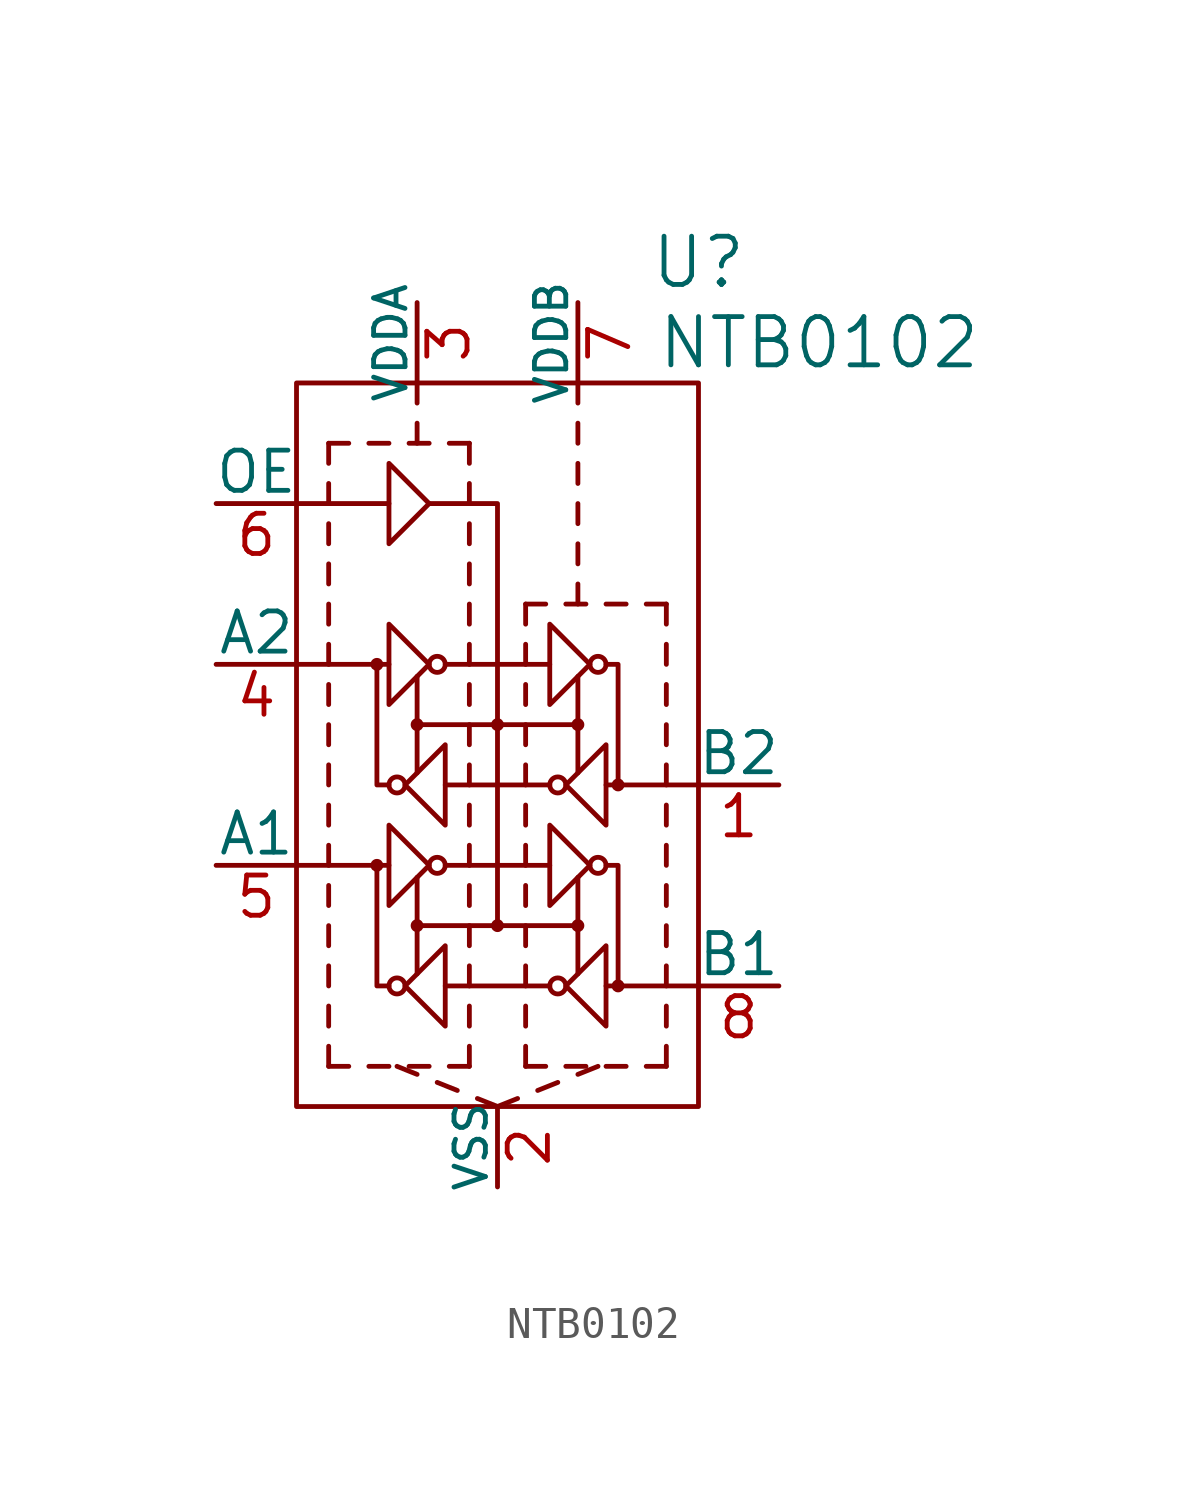
<source format=kicad_sym>
(kicad_symbol_lib
  (version 20220914)
  (generator kicad_symbol_editor)
  (symbol "NTB0102"
    (pin_names
      (offset 0))
    (property "Reference" "U"
      (at 6.35 15.24 0)
      (effects (font (size 1.524 1.524))))
    (property "Value" "NTB0102"
      (at 10.16 12.7 0)
      (effects (font (size 1.524 1.524))))
    (property "Footprint" ""
      (at -2.159 2.54 0)
      (effects (font (size 1.524 1.524))))
    (property "Datasheet" ""
      (at 0 0 0)
      (effects (font (size 1.524 1.524))))
    (symbol "NTB0102_0_1"
      (rectangle (start -6.35 11.43) (end 6.35 -11.43) (stroke (width 0) (type solid)) (fill (type none)))
      (circle (center -3.81 -3.81) (radius 0.127) (stroke (width 0) (type solid)) (fill (type none)))
      (circle (center -3.81 2.54) (radius 0.127) (stroke (width 0) (type solid)) (fill (type none)))
      (circle (center -3.175 -7.62) (radius 0.254) (stroke (width 0) (type solid)) (fill (type none)))
      (circle (center -3.175 -1.27) (radius 0.254) (stroke (width 0) (type solid)) (fill (type none)))
      (circle (center -2.54 -5.715) (radius 0.127) (stroke (width 0) (type solid)) (fill (type none)))
      (circle (center -2.54 0.635) (radius 0.127) (stroke (width 0) (type solid)) (fill (type none)))
      (circle (center -1.905 -3.81) (radius 0.254) (stroke (width 0) (type solid)) (fill (type none)))
      (circle (center -1.905 2.54) (radius 0.254) (stroke (width 0) (type solid)) (fill (type none)))
      (circle (center 0 -5.715) (radius 0.127) (stroke (width 0) (type solid)) (fill (type none)))
      (polyline (pts (xy -6.35 -3.81) (xy -3.429 -3.81)) (stroke (width 0) (type solid)) (fill (type none)))
      (polyline (pts (xy -6.35 7.62) (xy -3.429 7.62)) (stroke (width 0) (type solid)) (fill (type none)))
      (polyline (pts (xy -5.334 -9.525) (xy -5.334 -10.16)) (stroke (width 0) (type solid)) (fill (type none)))
      (polyline (pts (xy -5.334 -8.255) (xy -5.334 -8.89)) (stroke (width 0) (type solid)) (fill (type none)))
      (polyline (pts (xy -5.334 -6.985) (xy -5.334 -7.62)) (stroke (width 0) (type solid)) (fill (type none)))
      (polyline (pts (xy -5.334 -5.715) (xy -5.334 -6.35)) (stroke (width 0) (type solid)) (fill (type none)))
      (polyline (pts (xy -5.334 -4.445) (xy -5.334 -5.08)) (stroke (width 0) (type solid)) (fill (type none)))
      (polyline (pts (xy -5.334 -3.175) (xy -5.334 -3.81)) (stroke (width 0) (type solid)) (fill (type none)))
      (polyline (pts (xy -5.334 -1.905) (xy -5.334 -2.54)) (stroke (width 0) (type solid)) (fill (type none)))
      (polyline (pts (xy -5.334 -0.635) (xy -5.334 -1.27)) (stroke (width 0) (type solid)) (fill (type none)))
      (polyline (pts (xy -5.334 0.635) (xy -5.334 0)) (stroke (width 0) (type solid)) (fill (type none)))
      (polyline (pts (xy -5.334 1.905) (xy -5.334 1.27)) (stroke (width 0) (type solid)) (fill (type none)))
      (polyline (pts (xy -5.334 3.175) (xy -5.334 2.54)) (stroke (width 0) (type solid)) (fill (type none)))
      (polyline (pts (xy -5.334 4.445) (xy -5.334 3.81)) (stroke (width 0) (type solid)) (fill (type none)))
      (polyline (pts (xy -5.334 5.715) (xy -5.334 5.08)) (stroke (width 0) (type solid)) (fill (type none)))
      (polyline (pts (xy -5.334 6.985) (xy -5.334 6.35)) (stroke (width 0) (type solid)) (fill (type none)))
      (polyline (pts (xy -5.334 8.255) (xy -5.334 7.62)) (stroke (width 0) (type solid)) (fill (type none)))
      (polyline (pts (xy -5.334 9.525) (xy -5.334 8.89)) (stroke (width 0) (type solid)) (fill (type none)))
      (polyline (pts (xy -4.699 -10.16) (xy -5.334 -10.16)) (stroke (width 0) (type solid)) (fill (type none)))
      (polyline (pts (xy -4.699 9.525) (xy -5.334 9.525)) (stroke (width 0) (type solid)) (fill (type none)))
      (polyline (pts (xy -3.429 -10.16) (xy -4.064 -10.16)) (stroke (width 0) (type solid)) (fill (type none)))
      (polyline (pts (xy -3.429 2.54) (xy -6.35 2.54)) (stroke (width 0) (type solid)) (fill (type none)))
      (polyline (pts (xy -3.429 9.525) (xy -4.064 9.525)) (stroke (width 0) (type solid)) (fill (type none)))
      (polyline (pts (xy -2.54 -10.414) (xy -3.175 -10.16)) (stroke (width 0) (type solid)) (fill (type none)))
      (polyline (pts (xy -2.54 -7.239) (xy -2.54 -4.191)) (stroke (width 0) (type solid)) (fill (type none)))
      (polyline (pts (xy -2.54 -0.889) (xy -2.54 2.159)) (stroke (width 0) (type solid)) (fill (type none)))
      (polyline (pts (xy -2.54 10.16) (xy -2.54 9.525)) (stroke (width 0) (type solid)) (fill (type none)))
      (polyline (pts (xy -2.54 11.43) (xy -2.54 10.795)) (stroke (width 0) (type solid)) (fill (type none)))
      (polyline (pts (xy -2.159 -10.16) (xy -2.794 -10.16)) (stroke (width 0) (type solid)) (fill (type none)))
      (polyline (pts (xy -2.159 9.525) (xy -2.794 9.525)) (stroke (width 0) (type solid)) (fill (type none)))
      (polyline (pts (xy -1.651 -3.81) (xy 1.651 -3.81)) (stroke (width 0) (type solid)) (fill (type none)))
      (polyline (pts (xy -1.651 2.54) (xy 1.651 2.54)) (stroke (width 0) (type solid)) (fill (type none)))
      (polyline (pts (xy -1.27 -10.922) (xy -1.905 -10.668)) (stroke (width 0) (type solid)) (fill (type none)))
      (polyline (pts (xy -0.889 -10.16) (xy -1.524 -10.16)) (stroke (width 0) (type solid)) (fill (type none)))
      (polyline (pts (xy -0.889 -9.525) (xy -0.889 -10.16)) (stroke (width 0) (type solid)) (fill (type none)))
      (polyline (pts (xy -0.889 -8.255) (xy -0.889 -8.89)) (stroke (width 0) (type solid)) (fill (type none)))
      (polyline (pts (xy -0.889 -6.985) (xy -0.889 -7.62)) (stroke (width 0) (type solid)) (fill (type none)))
      (polyline (pts (xy -0.889 -5.715) (xy -0.889 -6.35)) (stroke (width 0) (type solid)) (fill (type none)))
      (polyline (pts (xy -0.889 -4.445) (xy -0.889 -5.08)) (stroke (width 0) (type solid)) (fill (type none)))
      (polyline (pts (xy -0.889 -3.175) (xy -0.889 -3.81)) (stroke (width 0) (type solid)) (fill (type none)))
      (polyline (pts (xy -0.889 -1.905) (xy -0.889 -2.54)) (stroke (width 0) (type solid)) (fill (type none)))
      (polyline (pts (xy -0.889 -0.635) (xy -0.889 -1.27)) (stroke (width 0) (type solid)) (fill (type none)))
      (polyline (pts (xy -0.889 0.635) (xy -0.889 0)) (stroke (width 0) (type solid)) (fill (type none)))
      (polyline (pts (xy -0.889 1.905) (xy -0.889 1.27)) (stroke (width 0) (type solid)) (fill (type none)))
      (polyline (pts (xy -0.889 3.175) (xy -0.889 2.54)) (stroke (width 0) (type solid)) (fill (type none)))
      (polyline (pts (xy -0.889 4.445) (xy -0.889 3.81)) (stroke (width 0) (type solid)) (fill (type none)))
      (polyline (pts (xy -0.889 5.715) (xy -0.889 5.08)) (stroke (width 0) (type solid)) (fill (type none)))
      (polyline (pts (xy -0.889 6.985) (xy -0.889 6.35)) (stroke (width 0) (type solid)) (fill (type none)))
      (polyline (pts (xy -0.889 8.255) (xy -0.889 7.62)) (stroke (width 0) (type solid)) (fill (type none)))
      (polyline (pts (xy -0.889 9.525) (xy -1.524 9.525)) (stroke (width 0) (type solid)) (fill (type none)))
      (polyline (pts (xy -0.889 9.525) (xy -0.889 8.89)) (stroke (width 0) (type solid)) (fill (type none)))
      (polyline (pts (xy 0 -11.43) (xy -0.635 -11.176)) (stroke (width 0) (type solid)) (fill (type none)))
      (polyline (pts (xy 0 -11.43) (xy 0.635 -11.176)) (stroke (width 0) (type solid)) (fill (type none)))
      (polyline (pts (xy 0.889 -9.525) (xy 0.889 -10.16)) (stroke (width 0) (type solid)) (fill (type none)))
      (polyline (pts (xy 0.889 -8.255) (xy 0.889 -8.89)) (stroke (width 0) (type solid)) (fill (type none)))
      (polyline (pts (xy 0.889 -6.985) (xy 0.889 -7.62)) (stroke (width 0) (type solid)) (fill (type none)))
      (polyline (pts (xy 0.889 -5.715) (xy 0.889 -6.35)) (stroke (width 0) (type solid)) (fill (type none)))
      (polyline (pts (xy 0.889 -4.445) (xy 0.889 -5.08)) (stroke (width 0) (type solid)) (fill (type none)))
      (polyline (pts (xy 0.889 -3.175) (xy 0.889 -3.81)) (stroke (width 0) (type solid)) (fill (type none)))
      (polyline (pts (xy 0.889 -1.905) (xy 0.889 -2.54)) (stroke (width 0) (type solid)) (fill (type none)))
      (polyline (pts (xy 0.889 -0.635) (xy 0.889 -1.27)) (stroke (width 0) (type solid)) (fill (type none)))
      (polyline (pts (xy 0.889 0.635) (xy 0.889 0)) (stroke (width 0) (type solid)) (fill (type none)))
      (polyline (pts (xy 0.889 1.905) (xy 0.889 1.27)) (stroke (width 0) (type solid)) (fill (type none)))
      (polyline (pts (xy 0.889 3.175) (xy 0.889 2.54)) (stroke (width 0) (type solid)) (fill (type none)))
      (polyline (pts (xy 0.889 4.445) (xy 0.889 3.81)) (stroke (width 0) (type solid)) (fill (type none)))
      (polyline (pts (xy 1.27 -10.922) (xy 1.905 -10.668)) (stroke (width 0) (type solid)) (fill (type none)))
      (polyline (pts (xy 1.524 -10.16) (xy 0.889 -10.16)) (stroke (width 0) (type solid)) (fill (type none)))
      (polyline (pts (xy 1.524 4.445) (xy 0.889 4.445)) (stroke (width 0) (type solid)) (fill (type none)))
      (polyline (pts (xy 1.651 -7.62) (xy -1.651 -7.62)) (stroke (width 0) (type solid)) (fill (type none)))
      (polyline (pts (xy 1.651 -1.27) (xy -1.651 -1.27)) (stroke (width 0) (type solid)) (fill (type none)))
      (polyline (pts (xy 2.54 -10.414) (xy 3.175 -10.16)) (stroke (width 0) (type solid)) (fill (type none)))
      (polyline (pts (xy 2.54 -7.239) (xy 2.54 -4.191)) (stroke (width 0) (type solid)) (fill (type none)))
      (polyline (pts (xy 2.54 -5.715) (xy -2.54 -5.715)) (stroke (width 0) (type solid)) (fill (type none)))
      (polyline (pts (xy 2.54 -0.889) (xy 2.54 2.159)) (stroke (width 0) (type solid)) (fill (type none)))
      (polyline (pts (xy 2.54 0.635) (xy -2.54 0.635)) (stroke (width 0) (type solid)) (fill (type none)))
      (polyline (pts (xy 2.54 5.08) (xy 2.54 4.445)) (stroke (width 0) (type solid)) (fill (type none)))
      (polyline (pts (xy 2.54 6.35) (xy 2.54 5.715)) (stroke (width 0) (type solid)) (fill (type none)))
      (polyline (pts (xy 2.54 7.62) (xy 2.54 6.985)) (stroke (width 0) (type solid)) (fill (type none)))
      (polyline (pts (xy 2.54 8.89) (xy 2.54 8.255)) (stroke (width 0) (type solid)) (fill (type none)))
      (polyline (pts (xy 2.54 10.16) (xy 2.54 9.525)) (stroke (width 0) (type solid)) (fill (type none)))
      (polyline (pts (xy 2.54 11.43) (xy 2.54 10.795)) (stroke (width 0) (type solid)) (fill (type none)))
      (polyline (pts (xy 2.794 -10.16) (xy 2.159 -10.16)) (stroke (width 0) (type solid)) (fill (type none)))
      (polyline (pts (xy 2.794 4.445) (xy 2.159 4.445)) (stroke (width 0) (type solid)) (fill (type none)))
      (polyline (pts (xy 3.429 -7.62) (xy 6.35 -7.62)) (stroke (width 0) (type solid)) (fill (type none)))
      (polyline (pts (xy 3.429 -1.27) (xy 6.35 -1.27)) (stroke (width 0) (type solid)) (fill (type none)))
      (polyline (pts (xy 4.064 -10.16) (xy 3.429 -10.16)) (stroke (width 0) (type solid)) (fill (type none)))
      (polyline (pts (xy 4.064 4.445) (xy 3.429 4.445)) (stroke (width 0) (type solid)) (fill (type none)))
      (polyline (pts (xy 5.334 -10.16) (xy 4.699 -10.16)) (stroke (width 0) (type solid)) (fill (type none)))
      (polyline (pts (xy 5.334 -9.525) (xy 5.334 -10.16)) (stroke (width 0) (type solid)) (fill (type none)))
      (polyline (pts (xy 5.334 -8.255) (xy 5.334 -8.89)) (stroke (width 0) (type solid)) (fill (type none)))
      (polyline (pts (xy 5.334 -6.985) (xy 5.334 -7.62)) (stroke (width 0) (type solid)) (fill (type none)))
      (polyline (pts (xy 5.334 -5.715) (xy 5.334 -6.35)) (stroke (width 0) (type solid)) (fill (type none)))
      (polyline (pts (xy 5.334 -4.445) (xy 5.334 -5.08)) (stroke (width 0) (type solid)) (fill (type none)))
      (polyline (pts (xy 5.334 -3.175) (xy 5.334 -3.81)) (stroke (width 0) (type solid)) (fill (type none)))
      (polyline (pts (xy 5.334 -1.905) (xy 5.334 -2.54)) (stroke (width 0) (type solid)) (fill (type none)))
      (polyline (pts (xy 5.334 -0.635) (xy 5.334 -1.27)) (stroke (width 0) (type solid)) (fill (type none)))
      (polyline (pts (xy 5.334 0.635) (xy 5.334 0)) (stroke (width 0) (type solid)) (fill (type none)))
      (polyline (pts (xy 5.334 1.905) (xy 5.334 1.27)) (stroke (width 0) (type solid)) (fill (type none)))
      (polyline (pts (xy 5.334 3.175) (xy 5.334 2.54)) (stroke (width 0) (type solid)) (fill (type none)))
      (polyline (pts (xy 5.334 4.445) (xy 4.699 4.445)) (stroke (width 0) (type solid)) (fill (type none)))
      (polyline (pts (xy 5.334 4.445) (xy 5.334 3.81)) (stroke (width 0) (type solid)) (fill (type none)))
      (polyline (pts (xy -3.429 -7.62) (xy -3.81 -7.62) (xy -3.81 -3.81)) (stroke (width 0) (type solid)) (fill (type none)))
      (polyline (pts (xy -3.429 -1.27) (xy -3.81 -1.27) (xy -3.81 2.54)) (stroke (width 0) (type solid)) (fill (type none)))
      (polyline (pts (xy 0 -5.715) (xy 0 7.62) (xy -2.159 7.62)) (stroke (width 0) (type solid)) (fill (type none)))
      (polyline (pts (xy 3.81 -7.62) (xy 3.81 -3.81) (xy 3.429 -3.81)) (stroke (width 0) (type solid)) (fill (type none)))
      (polyline (pts (xy 3.81 -1.27) (xy 3.81 2.54) (xy 3.429 2.54)) (stroke (width 0) (type solid)) (fill (type none)))
      (polyline (pts (xy -3.429 -2.54) (xy -3.429 -5.08) (xy -2.159 -3.81) (xy -3.429 -2.54)) (stroke (width 0) (type solid)) (fill (type none)))
      (polyline (pts (xy -3.429 3.81) (xy -3.429 1.27) (xy -2.159 2.54) (xy -3.429 3.81)) (stroke (width 0) (type solid)) (fill (type none)))
      (polyline (pts (xy -3.429 8.89) (xy -3.429 6.35) (xy -2.159 7.62) (xy -3.429 8.89)) (stroke (width 0) (type solid)) (fill (type none)))
      (polyline (pts (xy -1.651 -6.35) (xy -1.651 -8.89) (xy -2.921 -7.62) (xy -1.651 -6.35)) (stroke (width 0) (type solid)) (fill (type none)))
      (polyline (pts (xy -1.651 0) (xy -1.651 -2.54) (xy -2.921 -1.27) (xy -1.651 0)) (stroke (width 0) (type solid)) (fill (type none)))
      (polyline (pts (xy 1.651 -2.54) (xy 1.651 -5.08) (xy 2.921 -3.81) (xy 1.651 -2.54)) (stroke (width 0) (type solid)) (fill (type none)))
      (polyline (pts (xy 1.651 3.81) (xy 1.651 1.27) (xy 2.921 2.54) (xy 1.651 3.81)) (stroke (width 0) (type solid)) (fill (type none)))
      (polyline (pts (xy 3.429 -6.35) (xy 3.429 -8.89) (xy 2.159 -7.62) (xy 3.429 -6.35)) (stroke (width 0) (type solid)) (fill (type none)))
      (polyline (pts (xy 3.429 0) (xy 3.429 -2.54) (xy 2.159 -1.27) (xy 3.429 0)) (stroke (width 0) (type solid)) (fill (type none)))
      (circle (center 0 0.635) (radius 0.127) (stroke (width 0) (type solid)) (fill (type none)))
      (circle (center 1.905 -7.62) (radius 0.254) (stroke (width 0) (type solid)) (fill (type none)))
      (circle (center 1.905 -1.27) (radius 0.254) (stroke (width 0) (type solid)) (fill (type none)))
      (circle (center 2.54 -5.715) (radius 0.127) (stroke (width 0) (type solid)) (fill (type none)))
      (circle (center 2.54 0.635) (radius 0.127) (stroke (width 0) (type solid)) (fill (type none)))
      (circle (center 3.175 -3.81) (radius 0.254) (stroke (width 0) (type solid)) (fill (type none)))
      (circle (center 3.175 2.54) (radius 0.254) (stroke (width 0) (type solid)) (fill (type none)))
      (circle (center 3.81 -7.62) (radius 0.127) (stroke (width 0) (type solid)) (fill (type none)))
      (circle (center 3.81 -1.27) (radius 0.127) (stroke (width 0) (type solid)) (fill (type none))))
    (symbol "NTB0102_1_1"
      (pin passive line (at 8.89 -1.27 180) (length 2.54) (name "B2" (effects (font (size 1.27 1.27)))) (number "1" (effects (font (size 1.27 1.27)))))
      (pin passive line (at 0 -13.97 90) (length 2.54) (name "VSS" (effects (font (size 0.991 0.991)))) (number "2" (effects (font (size 1.27 1.27)))))
      (pin passive line (at -2.54 13.97 270) (length 2.54) (name "VDDA" (effects (font (size 0.991 0.991)))) (number "3" (effects (font (size 1.27 1.27)))))
      (pin passive line (at -8.89 2.54 0) (length 2.54) (name "A2" (effects (font (size 1.27 1.27)))) (number "4" (effects (font (size 1.27 1.27)))))
      (pin passive line (at -8.89 -3.81 0) (length 2.54) (name "A1" (effects (font (size 1.27 1.27)))) (number "5" (effects (font (size 1.27 1.27)))))
      (pin passive line (at -8.89 7.62 0) (length 2.54) (name "OE" (effects (font (size 1.27 1.27)))) (number "6" (effects (font (size 1.27 1.27)))))
      (pin passive line (at 2.54 13.97 270) (length 2.54) (name "VDDB" (effects (font (size 0.991 0.991)))) (number "7" (effects (font (size 1.27 1.27)))))
      (pin passive line (at 8.89 -7.62 180) (length 2.54) (name "B1" (effects (font (size 1.27 1.27)))) (number "8" (effects (font (size 1.27 1.27))))))))
</source>
